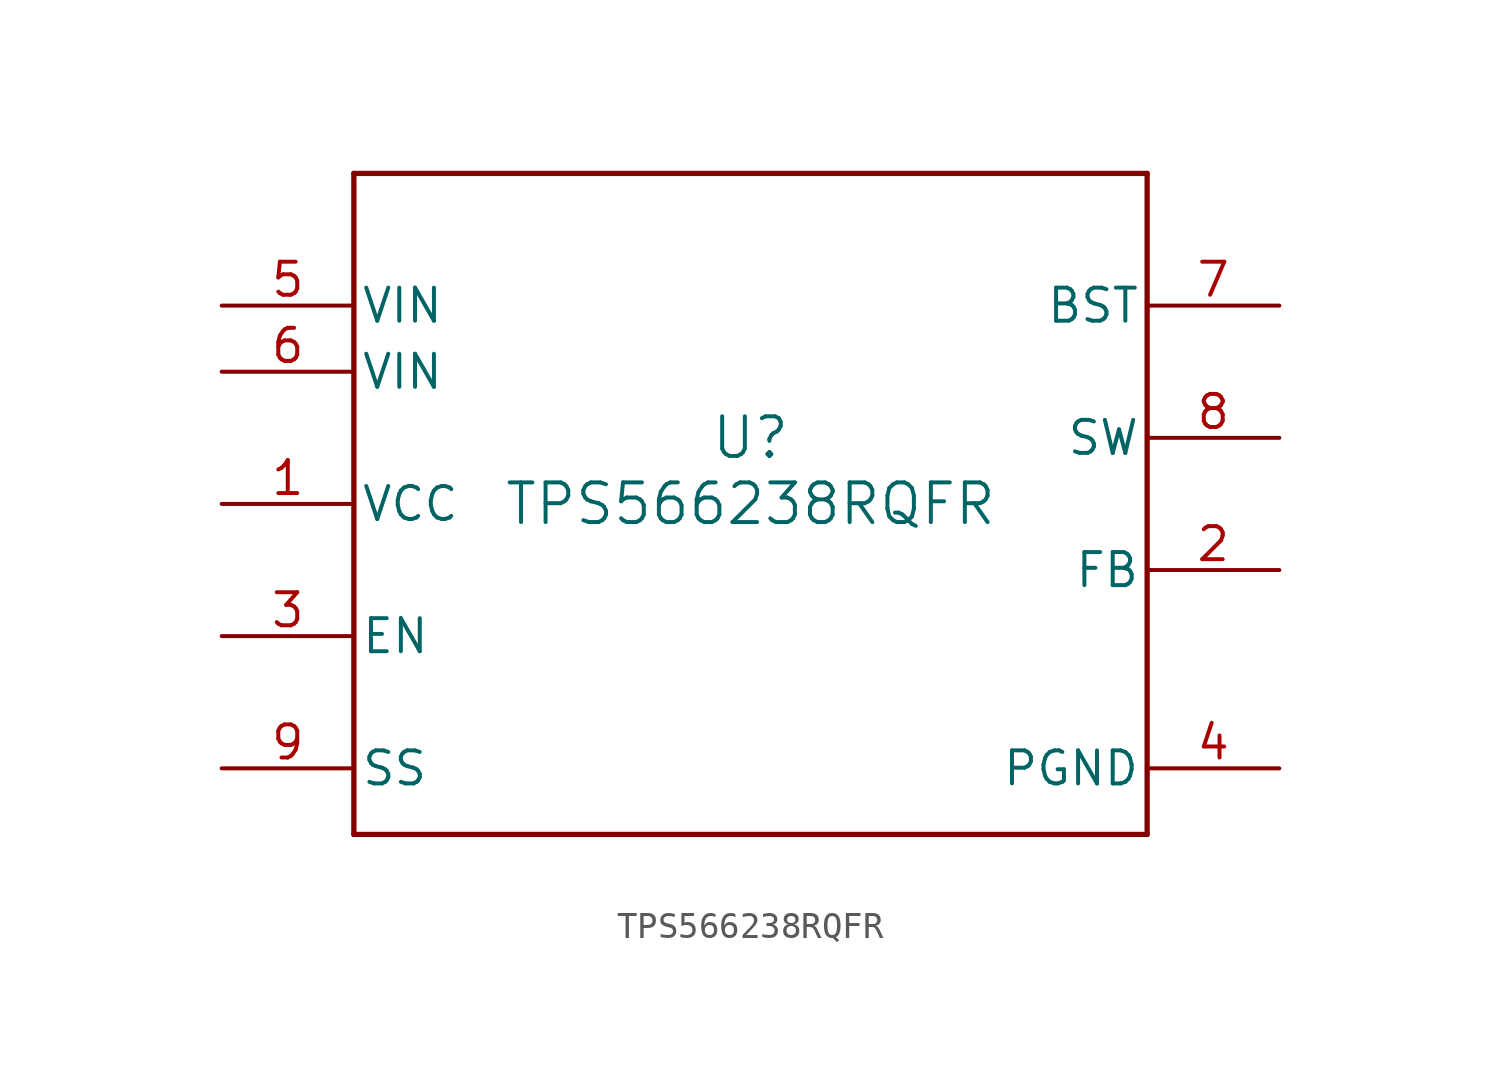
<source format=kicad_sym>
(kicad_symbol_lib
  (version 20211014)
  (generator kicad_symbol_editor)
  (symbol "TPS566238RQFR"
    (pin_names
      (offset 0.254))
    (property "Reference" "U"
      (at 0 2.54 0)
      (effects (font (size 1.524 1.524))))
    (property "Value" "TPS566238RQFR"
      (at 0 0 0)
      (effects (font (size 1.524 1.524))))
    (symbol "TPS566238RQFR_0_1"
      (polyline (pts (xy -15.24 -12.7) (xy 15.24 -12.7)) (stroke (width 0.203) (type default) (color 0 0 0 0)) (fill (type none)))
      (polyline (pts (xy 15.24 -12.7) (xy 15.24 12.7)) (stroke (width 0.203) (type default) (color 0 0 0 0)) (fill (type none)))
      (polyline (pts (xy 15.24 12.7) (xy -15.24 12.7)) (stroke (width 0.203) (type default) (color 0 0 0 0)) (fill (type none)))
      (polyline (pts (xy -15.24 12.7) (xy -15.24 -12.7)) (stroke (width 0.203) (type default) (color 0 0 0 0)) (fill (type none)))
      (pin power_in line (at -20.32 0 0) (length 5.08) (name "VCC" (effects (font (size 1.27 1.27)))) (number "1" (effects (font (size 1.27 1.27)))))
      (pin input line (at 20.32 -2.54 180) (length 5.08) (name "FB" (effects (font (size 1.27 1.27)))) (number "2" (effects (font (size 1.27 1.27)))))
      (pin input line (at -20.32 -5.08 0) (length 5.08) (name "EN" (effects (font (size 1.27 1.27)))) (number "3" (effects (font (size 1.27 1.27)))))
      (pin power_in line (at 20.32 -10.16 180) (length 5.08) (name "PGND" (effects (font (size 1.27 1.27)))) (number "4" (effects (font (size 1.27 1.27)))))
      (pin power_in line (at -20.32 7.62 0) (length 5.08) (name "VIN" (effects (font (size 1.27 1.27)))) (number "5" (effects (font (size 1.27 1.27)))))
      (pin power_in line (at -20.32 5.08 0) (length 5.08) (name "VIN" (effects (font (size 1.27 1.27)))) (number "6" (effects (font (size 1.27 1.27)))))
      (pin power_in line (at 20.32 7.62 180) (length 5.08) (name "BST" (effects (font (size 1.27 1.27)))) (number "7" (effects (font (size 1.27 1.27)))))
      (pin power_in line (at 20.32 2.54 180) (length 5.08) (name "SW" (effects (font (size 1.27 1.27)))) (number "8" (effects (font (size 1.27 1.27)))))
      (pin unspecified line (at -20.32 -10.16 0) (length 5.08) (name "SS" (effects (font (size 1.27 1.27)))) (number "9" (effects (font (size 1.27 1.27))))))))
</source>
